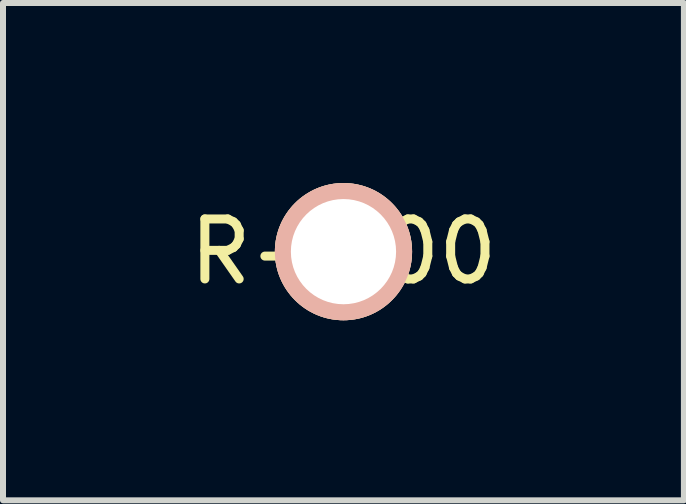
<source format=kicad_pcb>
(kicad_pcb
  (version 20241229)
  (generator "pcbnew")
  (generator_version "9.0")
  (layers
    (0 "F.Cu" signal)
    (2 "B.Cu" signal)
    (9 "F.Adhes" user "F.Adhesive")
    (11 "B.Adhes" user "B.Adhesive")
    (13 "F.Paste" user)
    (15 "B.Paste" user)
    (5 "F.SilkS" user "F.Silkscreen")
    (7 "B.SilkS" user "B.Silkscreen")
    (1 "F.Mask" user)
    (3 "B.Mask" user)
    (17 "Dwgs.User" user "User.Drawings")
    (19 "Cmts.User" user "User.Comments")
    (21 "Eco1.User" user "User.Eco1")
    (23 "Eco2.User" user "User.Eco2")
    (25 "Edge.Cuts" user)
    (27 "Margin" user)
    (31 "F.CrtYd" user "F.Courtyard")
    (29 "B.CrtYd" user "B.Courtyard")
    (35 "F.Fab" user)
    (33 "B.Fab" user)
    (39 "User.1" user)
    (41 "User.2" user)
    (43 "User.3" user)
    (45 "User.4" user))
  (footprint "R-100"
    (layer "F.Cu")
    (at 2.673 1.143)
    (property "Reference" "R-100" (at 0 0 0) (layer "F.SilkS") (effects (font (size 1 1) (thickness 0.15))))
    (attr through_hole)
    (pad "1" thru_hole circle (at 0 0) (size 2.286 2.286) (drill 1.753) (layers "*.Cu" "*.SilkS" "*.Mask")))
  (gr_rect
    (start -3 -3)
    (end 8.345 5.286)
    (stroke (width 0.1) (type default))
    (fill no)
    (layer "Edge.Cuts")))
</source>
